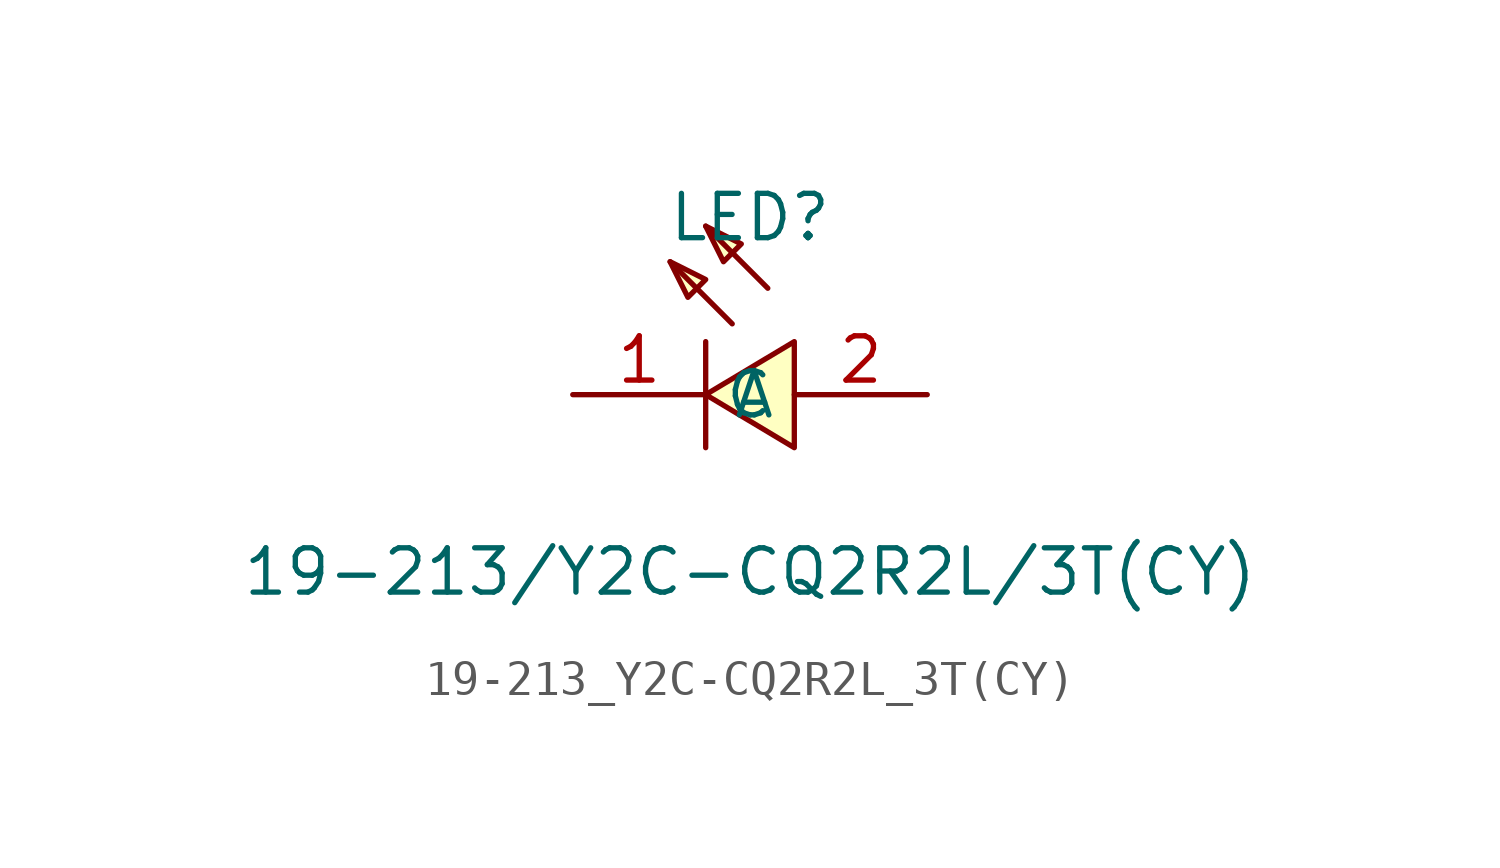
<source format=kicad_sym>
(kicad_symbol_lib
  (version 1)
  (generator "faebryk")
  (symbol "19-213_Y2C-CQ2R2L_3T(CY)"
    (property "Reference" "LED"
      (at 0 5.08 0)
      (effects (font (size 1.27 1.27)) (hide no)))
    (property "Value" "19-213/Y2C-CQ2R2L/3T(CY)"
      (at 0 -5.08 0)
      (effects (font (size 1.27 1.27)) (hide no)))
    (symbol "19-213_Y2C-CQ2R2L_3T(CY)_0_1"
      (polyline (stroke (width 0) (type default) (color 0 0 0 0)) (fill (type none)) (pts (xy -0.51 2.03) (xy -2.29 3.81)))
      (polyline (stroke (width 0) (type default) (color 0 0 0 0)) (fill (type none)) (pts (xy 0.51 3.05) (xy -1.27 4.83)))
      (polyline (stroke (width 0) (type default) (color 0 0 0 0)) (fill (type none)) (pts (xy -1.27 1.52) (xy -1.27 -1.52)))
      (polyline (stroke (width 0) (type default) (color 0 0 0 0)) (fill (type background)) (pts (xy 1.27 -1.52) (xy -1.27 0) (xy 1.27 1.52) (xy 1.27 -1.52)))
      (polyline (stroke (width 0) (type default) (color 0 0 0 0)) (fill (type background)) (pts (xy -2.29 3.81) (xy -1.27 3.3) (xy -1.78 2.79) (xy -2.29 3.81)))
      (polyline (stroke (width 0) (type default) (color 0 0 0 0)) (fill (type background)) (pts (xy -1.27 4.83) (xy -0.25 4.32) (xy -0.76 3.81) (xy -1.27 4.83)))
      (pin input line (at 5.08 0 180) (length 3.81) (name "A" (effects (font (size 1.27 1.27)) (hide no))) (number "2" (effects (font (size 1.27 1.27)) (hide no))))
      (pin input line (at -5.08 0 0) (length 3.81) (name "C" (effects (font (size 1.27 1.27)) (hide no))) (number "1" (effects (font (size 1.27 1.27)) (hide no)))))))
</source>
